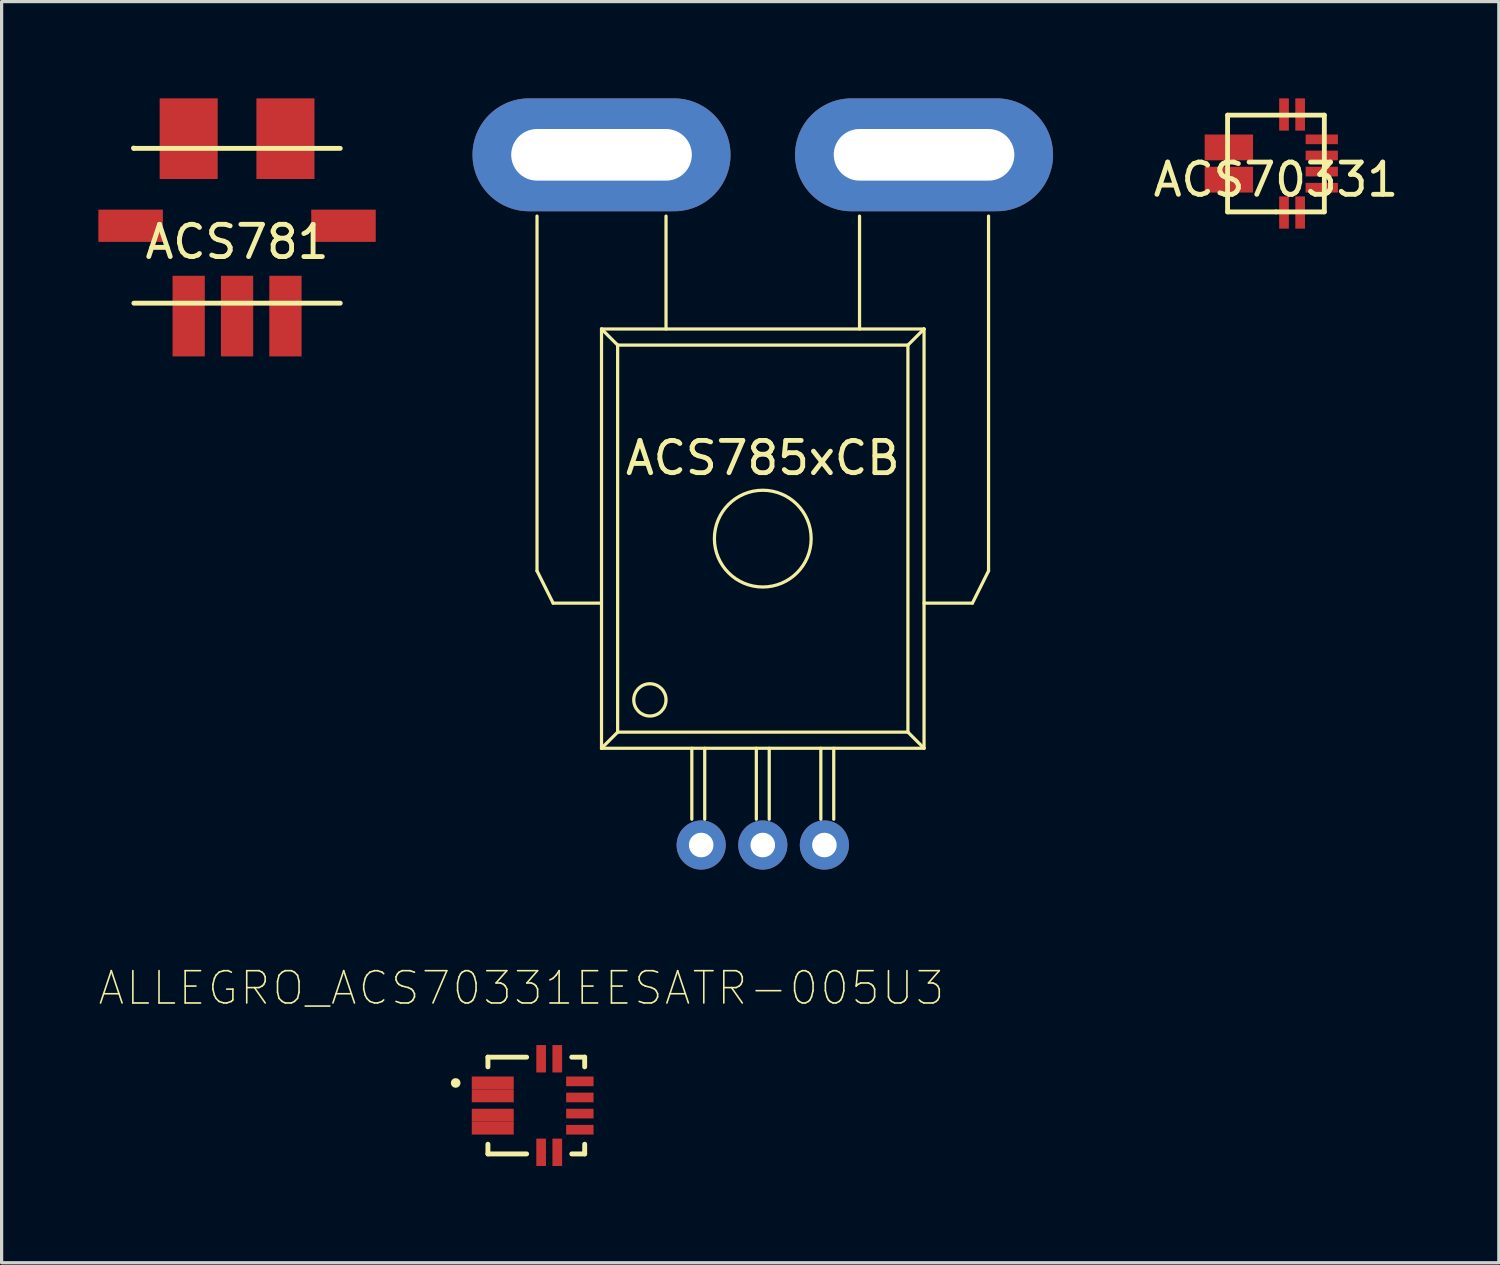
<source format=kicad_pcb>
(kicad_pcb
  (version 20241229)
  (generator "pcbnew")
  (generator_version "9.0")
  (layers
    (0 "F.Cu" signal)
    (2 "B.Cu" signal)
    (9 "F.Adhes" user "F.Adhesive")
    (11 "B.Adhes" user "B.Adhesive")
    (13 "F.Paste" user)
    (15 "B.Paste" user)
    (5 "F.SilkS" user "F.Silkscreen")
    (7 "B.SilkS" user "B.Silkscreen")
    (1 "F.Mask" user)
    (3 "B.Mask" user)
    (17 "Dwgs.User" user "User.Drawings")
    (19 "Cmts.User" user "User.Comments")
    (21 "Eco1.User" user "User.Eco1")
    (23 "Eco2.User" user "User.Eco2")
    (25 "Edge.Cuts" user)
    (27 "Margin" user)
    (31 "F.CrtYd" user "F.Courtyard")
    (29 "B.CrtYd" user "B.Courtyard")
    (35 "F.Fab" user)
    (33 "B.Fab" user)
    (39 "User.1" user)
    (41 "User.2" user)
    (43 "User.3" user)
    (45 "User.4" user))
  (footprint "ACS70331"
    (layer "F.Cu")
    (at 36.511 2.02)
    (property "Reference" "ACS70331" (at 0 0.5 0) (layer "F.SilkS") (effects (font (size 1 1) (thickness 0.15))))
    (attr through_hole)
    (fp_line (start -1.5 -1.5) (end -1.5 1.5) (stroke (width 0.15) (type solid)) (layer "F.SilkS"))
    (fp_line (start -1.5 1.5) (end 0 1.5) (stroke (width 0.15) (type solid)) (layer "F.SilkS"))
    (fp_line (start 0 1.5) (end 1.5 1.5) (stroke (width 0.15) (type solid)) (layer "F.SilkS"))
    (fp_line (start 1.5 -1.5) (end -1.5 -1.5) (stroke (width 0.15) (type solid)) (layer "F.SilkS"))
    (fp_line (start 1.5 1.5) (end 1.5 -1.5) (stroke (width 0.15) (type solid)) (layer "F.SilkS"))
    (pad "1" smd trapezoid (at -1.46 -0.5) (size 1.5 0.8) (layers "F.Cu" "F.Mask" "F.Paste"))
    (pad "2" smd trapezoid (at -1.46 0.5) (size 1.5 0.8) (layers "F.Cu" "F.Mask" "F.Paste"))
    (pad "3" smd trapezoid (at 0.25 1.52) (size 0.3 1) (layers "F.Cu" "F.Mask" "F.Paste"))
    (pad "4" smd trapezoid (at 0.75 1.52) (size 0.3 1) (layers "F.Cu" "F.Mask" "F.Paste"))
    (pad "5" smd trapezoid (at 1.42 0.75) (size 1 0.3) (layers "F.Cu" "F.Mask" "F.Paste"))
    (pad "6" smd trapezoid (at 1.42 0.25) (size 1 0.3) (layers "F.Cu" "F.Mask" "F.Paste"))
    (pad "7" smd trapezoid (at 1.42 -0.25) (size 1 0.3) (layers "F.Cu" "F.Mask" "F.Paste"))
    (pad "8" smd trapezoid (at 1.42 -0.75) (size 1 0.3) (layers "F.Cu" "F.Mask" "F.Paste"))
    (pad "9" smd trapezoid (at 0.75 -1.52) (size 0.3 1) (layers "F.Cu" "F.Mask" "F.Paste"))
    (pad "10" smd trapezoid (at 0.25 -1.52) (size 0.3 1) (layers "F.Cu" "F.Mask" "F.Paste")))
  (footprint "ALLEGRO_ACS70331EESATR-005U3"
    (layer "F.Cu")
    (at 13.578 31.227)
    (property "Reference" "ALLEGRO_ACS70331EESATR-005U3" (at -0.461 -3.641 0) (layer "F.SilkS") (effects (font (size 1.002 1.002) (thickness 0.05))))
    (attr smd)
    (fp_line (start -1.5 -1.5) (end -0.3 -1.5) (stroke (width 0.152) (type solid)) (layer "F.SilkS"))
    (fp_line (start -1.5 -1.2) (end -1.5 -1.5) (stroke (width 0.152) (type solid)) (layer "F.SilkS"))
    (fp_line (start -1.5 1.2) (end -1.5 1.5) (stroke (width 0.152) (type solid)) (layer "F.SilkS"))
    (fp_line (start -1.5 1.5) (end -0.3 1.5) (stroke (width 0.152) (type solid)) (layer "F.SilkS"))
    (fp_line (start 1.1 -1.5) (end 1.5 -1.5) (stroke (width 0.152) (type solid)) (layer "F.SilkS"))
    (fp_line (start 1.1 1.5) (end 1.5 1.5) (stroke (width 0.152) (type solid)) (layer "F.SilkS"))
    (fp_line (start 1.5 -1.5) (end 1.5 -1.2) (stroke (width 0.152) (type solid)) (layer "F.SilkS"))
    (fp_line (start 1.5 1.5) (end 1.5 1.2) (stroke (width 0.152) (type solid)) (layer "F.SilkS"))
    (fp_circle (center -2.5 -0.7) (end -2.425 -0.7) (stroke (width 0.15) (type solid)) (fill no) (layer "F.SilkS"))
    (pad "1" smd rect (at -1.35 -0.7) (size 1.3 0.4) (layers "F.Cu" "F.Mask" "F.Paste"))
    (pad "2" smd rect (at -1.35 -0.3) (size 1.3 0.4) (layers "F.Cu" "F.Mask" "F.Paste"))
    (pad "3" smd rect (at -1.35 0.3) (size 1.3 0.4) (layers "F.Cu" "F.Mask" "F.Paste"))
    (pad "4" smd rect (at -1.35 0.7) (size 1.3 0.4) (layers "F.Cu" "F.Mask" "F.Paste"))
    (pad "5" smd rect (at 0.15 1.45 270) (size 0.85 0.3) (layers "F.Cu" "F.Mask" "F.Paste"))
    (pad "6" smd rect (at 0.65 1.45 270) (size 0.85 0.3) (layers "F.Cu" "F.Mask" "F.Paste"))
    (pad "7" smd rect (at 1.35 0.75 180) (size 0.85 0.3) (layers "F.Cu" "F.Mask" "F.Paste"))
    (pad "8" smd rect (at 1.35 0.25 180) (size 0.85 0.3) (layers "F.Cu" "F.Mask" "F.Paste"))
    (pad "9" smd rect (at 1.35 -0.25 180) (size 0.85 0.3) (layers "F.Cu" "F.Mask" "F.Paste"))
    (pad "10" smd rect (at 1.35 -0.75 180) (size 0.85 0.3) (layers "F.Cu" "F.Mask" "F.Paste"))
    (pad "11" smd rect (at 0.65 -1.45 270) (size 0.85 0.3) (layers "F.Cu" "F.Mask" "F.Paste"))
    (pad "12" smd rect (at 0.15 -1.45 270) (size 0.85 0.3) (layers "F.Cu" "F.Mask" "F.Paste")))
  (footprint "ACS785xCB"
    (layer "F.Cu")
    (at 20.6 23.15)
    (property "Reference" "ACS785xCB" (at 0 -12 0) (layer "F.SilkS") (effects (font (size 1 1) (thickness 0.15))))
    (attr through_hole)
    (fp_line (start -7 -8.5) (end -7 -19.5) (stroke (width 0.1) (type solid)) (layer "F.SilkS"))
    (fp_line (start -7 -8.5) (end -6.5 -7.5) (stroke (width 0.1) (type solid)) (layer "F.SilkS"))
    (fp_line (start -6.5 -7.5) (end -5 -7.5) (stroke (width 0.1) (type solid)) (layer "F.SilkS"))
    (fp_line (start -5 -16) (end -5 -3) (stroke (width 0.1) (type solid)) (layer "F.SilkS"))
    (fp_line (start -5 -16) (end -4.5 -15.5) (stroke (width 0.1) (type solid)) (layer "F.SilkS"))
    (fp_line (start -5 -16) (end 5 -16) (stroke (width 0.1) (type solid)) (layer "F.SilkS"))
    (fp_line (start -4.5 -15.5) (end 4.5 -15.5) (stroke (width 0.1) (type solid)) (layer "F.SilkS"))
    (fp_line (start -4.5 -3.5) (end -5 -3) (stroke (width 0.1) (type solid)) (layer "F.SilkS"))
    (fp_line (start -4.5 -3.5) (end -4.5 -15.5) (stroke (width 0.1) (type solid)) (layer "F.SilkS"))
    (fp_line (start -3 -19.5) (end -3 -16) (stroke (width 0.1) (type solid)) (layer "F.SilkS"))
    (fp_line (start -2.2 -3) (end -2.2 -0.8) (stroke (width 0.1) (type solid)) (layer "F.SilkS"))
    (fp_line (start -1.8 -3) (end -1.8 -0.8) (stroke (width 0.1) (type solid)) (layer "F.SilkS"))
    (fp_line (start -0.2 -3) (end -0.2 -0.8) (stroke (width 0.1) (type solid)) (layer "F.SilkS"))
    (fp_line (start 0.2 -3) (end 0.2 -0.8) (stroke (width 0.1) (type solid)) (layer "F.SilkS"))
    (fp_line (start 1.8 -3) (end 1.8 -0.8) (stroke (width 0.1) (type solid)) (layer "F.SilkS"))
    (fp_line (start 2.2 -3) (end 2.2 -0.8) (stroke (width 0.1) (type solid)) (layer "F.SilkS"))
    (fp_line (start 3 -19.5) (end 3 -16) (stroke (width 0.1) (type solid)) (layer "F.SilkS"))
    (fp_line (start 4.5 -15.5) (end 4.5 -3.5) (stroke (width 0.1) (type solid)) (layer "F.SilkS"))
    (fp_line (start 4.5 -15.5) (end 5 -16) (stroke (width 0.1) (type solid)) (layer "F.SilkS"))
    (fp_line (start 4.5 -3.5) (end -4.5 -3.5) (stroke (width 0.1) (type solid)) (layer "F.SilkS"))
    (fp_line (start 4.5 -3.5) (end 5 -3) (stroke (width 0.1) (type solid)) (layer "F.SilkS"))
    (fp_line (start 5 -16) (end 5 -3) (stroke (width 0.1) (type solid)) (layer "F.SilkS"))
    (fp_line (start 5 -3) (end -5 -3) (stroke (width 0.1) (type solid)) (layer "F.SilkS"))
    (fp_line (start 6.5 -7.5) (end 5 -7.5) (stroke (width 0.1) (type solid)) (layer "F.SilkS"))
    (fp_line (start 6.5 -7.5) (end 7 -8.5) (stroke (width 0.1) (type solid)) (layer "F.SilkS"))
    (fp_line (start 7 -8.5) (end 7 -19.5) (stroke (width 0.1) (type solid)) (layer "F.SilkS"))
    (fp_circle (center -3.5 -4.5) (end -3 -4.5) (stroke (width 0.1) (type solid)) (fill no) (layer "F.SilkS"))
    (fp_circle (center 0 -9.5) (end 0 -11) (stroke (width 0.1) (type solid)) (fill no) (layer "F.SilkS"))
    (pad "1" thru_hole circle (at -1.91 0) (size 1.524 1.524) (drill 0.762) (layers "*.Cu" "*.Mask"))
    (pad "2" thru_hole circle (at 0 0) (size 1.524 1.524) (drill 0.762) (layers "*.Cu" "*.Mask"))
    (pad "3" thru_hole circle (at 1.91 0) (size 1.524 1.524) (drill 0.762) (layers "*.Cu" "*.Mask"))
    (pad "4" thru_hole oval (at 5 -21.4) (size 8 3.5) (drill oval 5.6 1.6) (layers "*.Cu" "*.Mask"))
    (pad "5" thru_hole oval (at -5 -21.4) (size 8 3.5) (drill oval 5.6 1.6) (layers "*.Cu" "*.Mask")))
  (footprint "ACS781"
    (layer "F.Cu")
    (at 4.3 3.95)
    (property "Reference" "ACS781" (at 0 0.5 0) (layer "F.SilkS") (effects (font (size 1 1) (thickness 0.15))))
    (attr through_hole)
    (fp_line (start -3.2 -2.4) (end -3.21 -2.41) (stroke (width 0.15) (type solid)) (layer "F.SilkS"))
    (fp_line (start -3.2 2.4) (end 3.2 2.4) (stroke (width 0.15) (type solid)) (layer "F.SilkS"))
    (fp_line (start 3.2 -2.4) (end -3.2 -2.4) (stroke (width 0.15) (type solid)) (layer "F.SilkS"))
    (pad "" smd rect (at -3.3 0) (size 2 1) (layers "F.Cu" "F.Mask" "F.Paste"))
    (pad "" smd rect (at 3.3 0) (size 2 1) (layers "F.Cu" "F.Mask" "F.Paste"))
    (pad "1" smd rect (at -1.5 2.8) (size 1 2.5) (layers "F.Cu" "F.Mask" "F.Paste"))
    (pad "2" smd rect (at 0 2.8) (size 1 2.5) (layers "F.Cu" "F.Mask" "F.Paste"))
    (pad "3" smd rect (at 1.5 2.8) (size 1 2.5) (layers "F.Cu" "F.Mask" "F.Paste"))
    (pad "5" smd rect (at 1.5 -2.7) (size 1.8 2.5) (layers "F.Cu" "F.Mask" "F.Paste"))
    (pad "6" smd rect (at -1.5 -2.7) (size 1.8 2.5) (layers "F.Cu" "F.Mask" "F.Paste")))
  (gr_rect
    (start -3 -3)
    (end 43.421 36.102)
    (stroke (width 0.1) (type default))
    (fill no)
    (layer "Edge.Cuts")))
</source>
